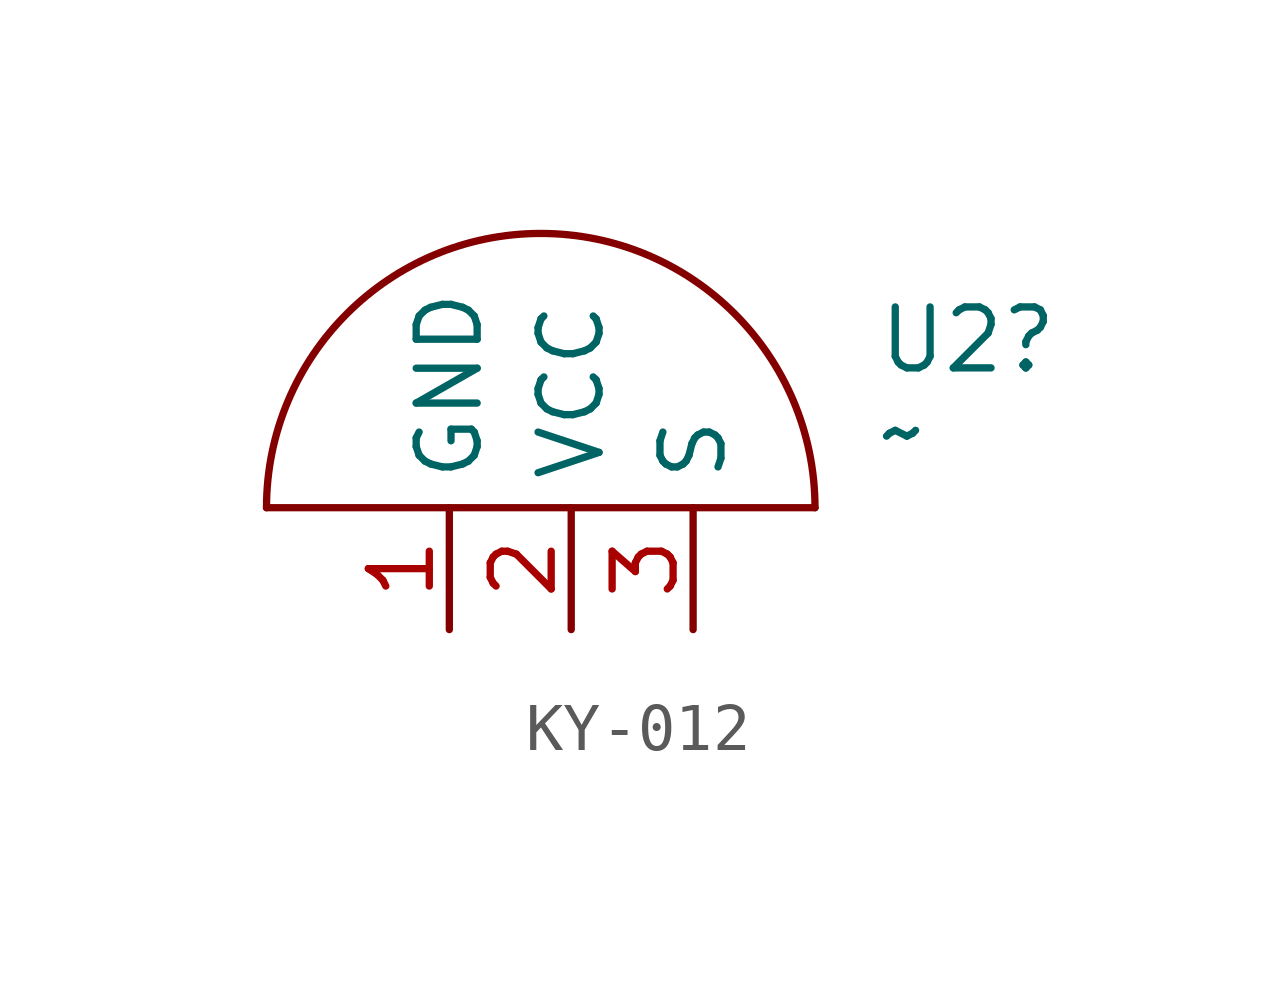
<source format=kicad_sym>
(kicad_symbol_lib
  (version 20241209)
  (generator "kicad_symbol_editor")
  (generator_version "9.0")
  (symbol "KY-012"
    (property "Reference" "U2"
      (at 7.62 3.493 0)
      (effects (font (size 1.27 1.27)) (justify left)))
    (property "Value" "~"
      (at 7.62 1.587 0)
      (effects (font (size 1.27 1.27)) (justify left)))
    (symbol "KY-012_0_1"
      (arc (start -5.08 0) (mid 0.635 5.715) (end 6.35 0) (stroke (width 0) (type default)) (fill (type none)))
      (polyline (pts (xy 6.35 0) (xy -5.08 0)) (stroke (width 0) (type default)) (fill (type none))))
    (symbol "KY-012_1_1"
      (pin power_in line (at -1.27 -2.54 90) (length 2.54) (name "GND" (effects (font (size 1.27 1.27)))) (number "1" (effects (font (size 1.27 1.27)))))
      (pin power_in line (at 1.27 -2.54 90) (length 2.54) (name "VCC" (effects (font (size 1.27 1.27)))) (number "2" (effects (font (size 1.27 1.27)))))
      (pin input line (at 3.81 -2.54 90) (length 2.54) (name "S" (effects (font (size 1.27 1.27)))) (number "3" (effects (font (size 1.27 1.27))))))))
</source>
